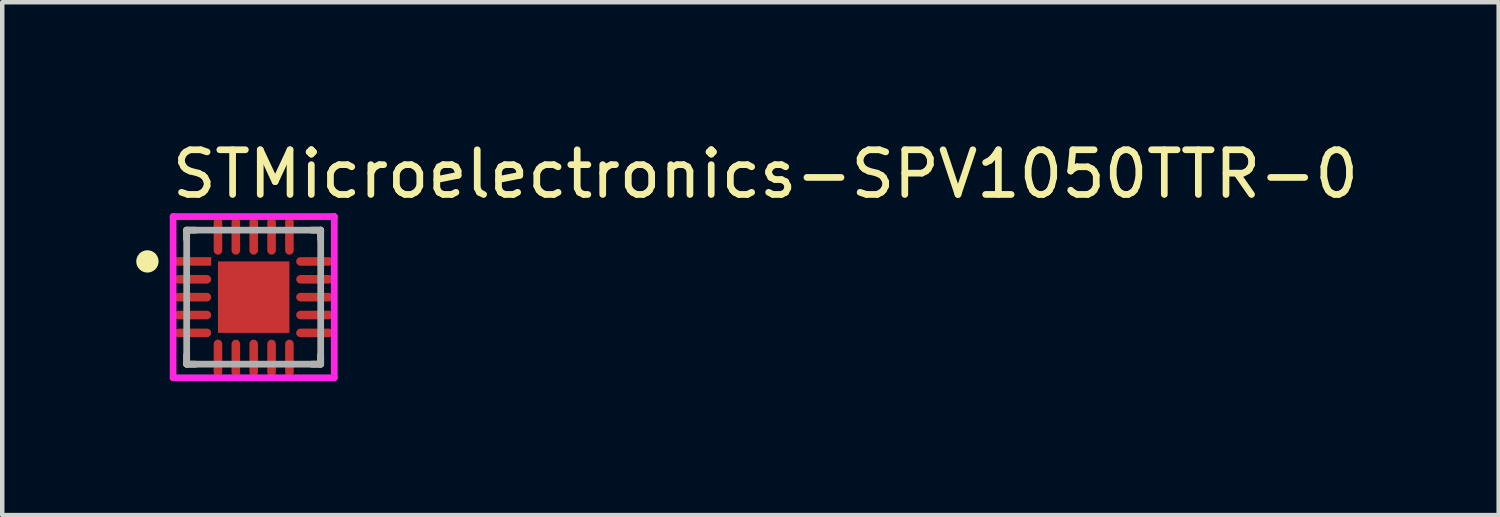
<source format=kicad_pcb>
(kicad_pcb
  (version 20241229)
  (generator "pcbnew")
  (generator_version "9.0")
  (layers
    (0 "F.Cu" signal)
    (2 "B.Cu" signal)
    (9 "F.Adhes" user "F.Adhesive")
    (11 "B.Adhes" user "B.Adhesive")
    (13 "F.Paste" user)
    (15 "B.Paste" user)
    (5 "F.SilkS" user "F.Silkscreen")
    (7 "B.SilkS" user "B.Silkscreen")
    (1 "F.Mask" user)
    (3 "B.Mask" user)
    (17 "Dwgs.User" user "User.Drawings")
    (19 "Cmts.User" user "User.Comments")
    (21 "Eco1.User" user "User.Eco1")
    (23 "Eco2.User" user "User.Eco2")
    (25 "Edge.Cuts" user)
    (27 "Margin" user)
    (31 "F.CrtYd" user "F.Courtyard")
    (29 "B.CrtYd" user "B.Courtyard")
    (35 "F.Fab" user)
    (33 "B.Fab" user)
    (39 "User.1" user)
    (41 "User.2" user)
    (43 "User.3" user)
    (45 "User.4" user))
  (footprint "STMicroelectronics-SPV1050TTR-0"
    (layer "F.Cu")
    (at 2.629 3.602)
    (property "Reference" "STMicroelectronics-SPV1050TTR-0" (at -1.904 -2.754 0) (layer "F.SilkS") (effects (font (size 1 1) (thickness 0.15)) (justify left)))
    (attr through_hole)
    (fp_line (start -1.5 -1.5) (end -1.5 -1.3) (stroke (width 0.15) (type solid)) (layer "F.SilkS"))
    (fp_line (start -1.5 -1.5) (end -1.3 -1.5) (stroke (width 0.15) (type solid)) (layer "F.SilkS"))
    (fp_line (start -1.5 1.5) (end -1.5 1.3) (stroke (width 0.15) (type solid)) (layer "F.SilkS"))
    (fp_line (start -1.5 1.5) (end -1.3 1.5) (stroke (width 0.15) (type solid)) (layer "F.SilkS"))
    (fp_line (start 1.5 -1.5) (end 1.3 -1.5) (stroke (width 0.15) (type solid)) (layer "F.SilkS"))
    (fp_line (start 1.5 -1.5) (end 1.5 -1.3) (stroke (width 0.15) (type solid)) (layer "F.SilkS"))
    (fp_line (start 1.5 1.5) (end 1.3 1.5) (stroke (width 0.15) (type solid)) (layer "F.SilkS"))
    (fp_line (start 1.5 1.5) (end 1.5 1.3) (stroke (width 0.15) (type solid)) (layer "F.SilkS"))
    (fp_circle (center -2.379 -0.8) (end -2.254 -0.8) (stroke (width 0.25) (type solid)) (fill no) (layer "F.SilkS"))
    (fp_poly (pts (xy -0.506 -0.506) (xy 0.506 -0.506) (xy 0.506 0.506) (xy -0.506 0.506)) (stroke (width 0) (type solid)) (fill yes) (layer "F.Paste"))
    (fp_line (start -1.804 -1.804) (end -1.804 1.804) (stroke (width 0.15) (type solid)) (layer "F.CrtYd"))
    (fp_line (start -1.804 1.804) (end 1.804 1.804) (stroke (width 0.15) (type solid)) (layer "F.CrtYd"))
    (fp_line (start 1.804 -1.804) (end -1.804 -1.804) (stroke (width 0.15) (type solid)) (layer "F.CrtYd"))
    (fp_line (start 1.804 -1.804) (end 1.804 -1.804) (stroke (width 0.15) (type solid)) (layer "F.CrtYd"))
    (fp_line (start 1.804 1.804) (end 1.804 -1.804) (stroke (width 0.15) (type solid)) (layer "F.CrtYd"))
    (fp_line (start -1.5 -1.5) (end 1.5 -1.5) (stroke (width 0.15) (type solid)) (layer "F.Fab"))
    (fp_line (start -1.5 1.5) (end -1.5 -1.5) (stroke (width 0.15) (type solid)) (layer "F.Fab"))
    (fp_line (start 1.5 -1.5) (end 1.5 1.5) (stroke (width 0.15) (type solid)) (layer "F.Fab"))
    (fp_line (start 1.5 1.5) (end -1.5 1.5) (stroke (width 0.15) (type solid)) (layer "F.Fab"))
    (pad "1" smd rect (at -1.365 -0.8) (size 0.829 0.192) (layers "F.Cu" "F.Mask" "F.Paste"))
    (pad "2" smd roundrect (at -1.365 -0.4) (size 0.829 0.192) (layers "F.Cu" "F.Mask" "F.Paste") (roundrect_rratio 0.5))
    (pad "3" smd roundrect (at -1.365 0) (size 0.829 0.192) (layers "F.Cu" "F.Mask" "F.Paste") (roundrect_rratio 0.5))
    (pad "4" smd roundrect (at -1.365 0.4) (size 0.829 0.192) (layers "F.Cu" "F.Mask" "F.Paste") (roundrect_rratio 0.5))
    (pad "5" smd roundrect (at -1.365 0.8) (size 0.829 0.192) (layers "F.Cu" "F.Mask" "F.Paste") (roundrect_rratio 0.5))
    (pad "6" smd roundrect (at -0.8 1.365) (size 0.192 0.829) (layers "F.Cu" "F.Mask" "F.Paste") (roundrect_rratio 0.5))
    (pad "7" smd roundrect (at -0.4 1.365) (size 0.192 0.829) (layers "F.Cu" "F.Mask" "F.Paste") (roundrect_rratio 0.5))
    (pad "8" smd roundrect (at 0 1.365) (size 0.192 0.829) (layers "F.Cu" "F.Mask" "F.Paste") (roundrect_rratio 0.5))
    (pad "9" smd roundrect (at 0.4 1.365) (size 0.192 0.829) (layers "F.Cu" "F.Mask" "F.Paste") (roundrect_rratio 0.5))
    (pad "10" smd roundrect (at 0.8 1.365) (size 0.192 0.829) (layers "F.Cu" "F.Mask" "F.Paste") (roundrect_rratio 0.5))
    (pad "11" smd roundrect (at 1.365 0.8) (size 0.829 0.192) (layers "F.Cu" "F.Mask" "F.Paste") (roundrect_rratio 0.5))
    (pad "12" smd roundrect (at 1.365 0.4) (size 0.829 0.192) (layers "F.Cu" "F.Mask" "F.Paste") (roundrect_rratio 0.5))
    (pad "13" smd roundrect (at 1.365 0) (size 0.829 0.192) (layers "F.Cu" "F.Mask" "F.Paste") (roundrect_rratio 0.5))
    (pad "14" smd roundrect (at 1.365 -0.4) (size 0.829 0.192) (layers "F.Cu" "F.Mask" "F.Paste") (roundrect_rratio 0.5))
    (pad "15" smd roundrect (at 1.365 -0.8) (size 0.829 0.192) (layers "F.Cu" "F.Mask" "F.Paste") (roundrect_rratio 0.5))
    (pad "16" smd roundrect (at 0.8 -1.365) (size 0.192 0.829) (layers "F.Cu" "F.Mask" "F.Paste") (roundrect_rratio 0.5))
    (pad "17" smd roundrect (at 0.4 -1.365) (size 0.192 0.829) (layers "F.Cu" "F.Mask" "F.Paste") (roundrect_rratio 0.5))
    (pad "18" smd roundrect (at 0 -1.365) (size 0.192 0.829) (layers "F.Cu" "F.Mask" "F.Paste") (roundrect_rratio 0.5))
    (pad "19" smd roundrect (at -0.4 -1.365) (size 0.192 0.829) (layers "F.Cu" "F.Mask" "F.Paste") (roundrect_rratio 0.5))
    (pad "20" smd roundrect (at -0.8 -1.365) (size 0.192 0.829) (layers "F.Cu" "F.Mask" "F.Paste") (roundrect_rratio 0.5))
    (pad "21" smd rect (at 0 0) (size 1.6 1.6) (layers "F.Cu" "F.Mask")))
  (gr_rect
    (start -3 -3)
    (end 30.499 8.481)
    (stroke (width 0.1) (type default))
    (fill no)
    (layer "Edge.Cuts")))
</source>
